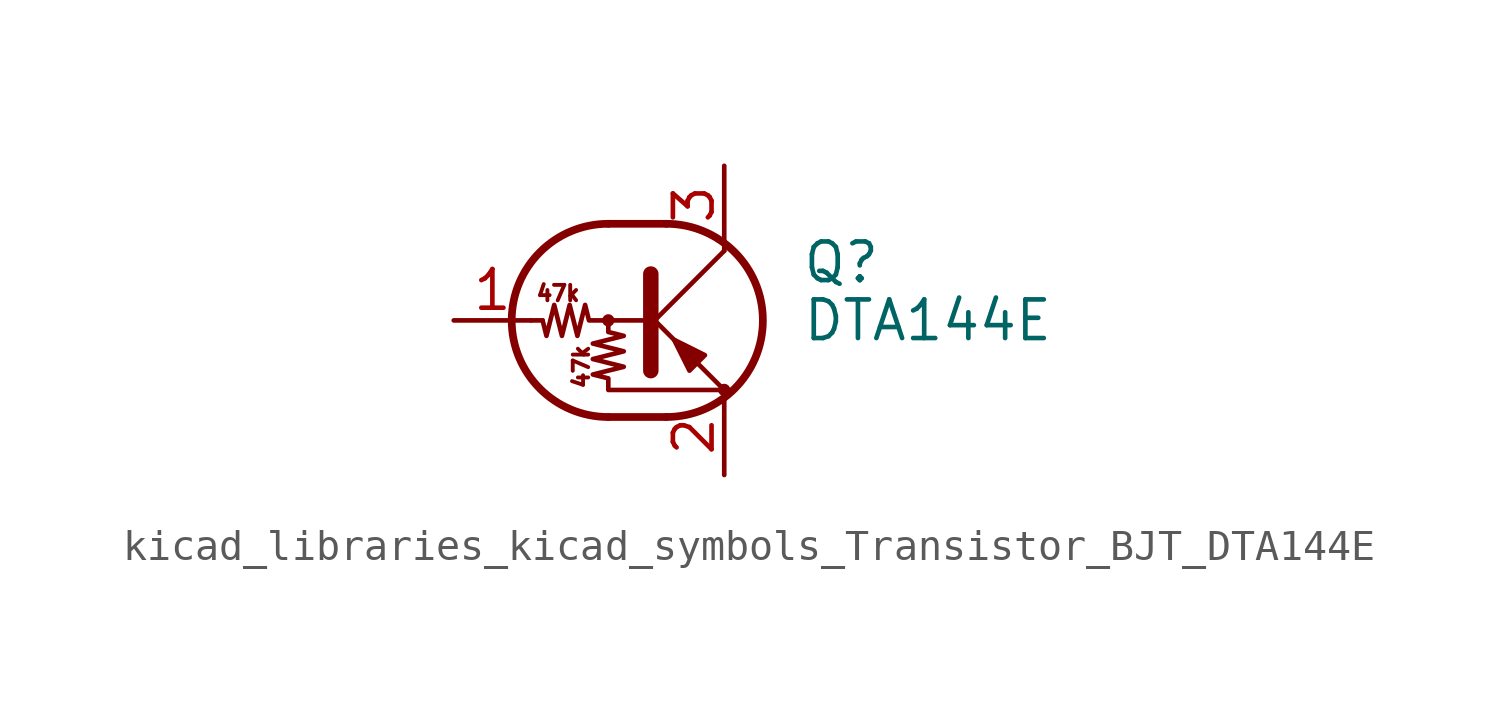
<source format=kicad_sym>
(kicad_symbol_lib
  (version 20220914)
  (generator kicad_symbol_editor)
  (symbol "kicad_libraries_kicad_symbols_Transistor_BJT_DTA144E"
    (pin_names
      (offset 0) hide)
    (property "Reference" "Q"
      (at 5.08 1.905 0)
      (effects (font (size 1.27 1.27)) (justify left)))
    (property "Value" "DTA144E"
      (at 5.08 0 0)
      (effects (font (size 1.27 1.27)) (justify left)))
    (symbol "kicad_libraries_kicad_symbols_Transistor_BJT_DTA144E_0_0"
      (text "47k" (at -2.921 0.889 0) (effects (font (size 0.508 0.508))))
      (text "47k" (at -2.159 -1.524 900) (effects (font (size 0.508 0.508)))))
    (symbol "kicad_libraries_kicad_symbols_Transistor_BJT_DTA144E_0_1"
      (circle (center -1.27 0) (radius 0.127) (stroke (width 0) (type default)) (fill (type none)))
      (arc (start -1.27 3.175) (mid -4.4312 0) (end -1.27 -3.175) (stroke (width 0.254) (type default)) (fill (type none)))
      (polyline (pts (xy -3.429 0) (xy -3.81 0)) (stroke (width 0) (type default)) (fill (type none)))
      (polyline (pts (xy -1.27 -3.175) (xy 0.635 -3.175)) (stroke (width 0.254) (type default)) (fill (type none)))
      (polyline (pts (xy -1.27 3.175) (xy 0.635 3.175)) (stroke (width 0.254) (type default)) (fill (type none)))
      (polyline (pts (xy 0 -0.254) (xy 2.54 2.286)) (stroke (width 0) (type default)) (fill (type none)))
      (polyline (pts (xy 0.127 1.524) (xy 0.127 -1.651)) (stroke (width 0.508) (type default)) (fill (type outline)))
      (polyline (pts (xy 2.54 2.286) (xy 2.54 2.54)) (stroke (width 0) (type default)) (fill (type none)))
      (polyline (pts (xy 2.54 -2.286) (xy 0 0.254) (xy 0 0.254)) (stroke (width 0) (type default)) (fill (type none)))
      (polyline (pts (xy 1.397 -1.651) (xy 1.905 -1.143) (xy 0.889 -0.635) (xy 1.397 -1.651)) (stroke (width 0) (type default)) (fill (type outline)))
      (polyline (pts (xy 0 0) (xy -1.905 0) (xy -2.032 0.508) (xy -2.286 -0.508) (xy -2.54 0.508) (xy -2.794 -0.508) (xy -3.048 0.508) (xy -3.302 -0.508) (xy -3.429 0)) (stroke (width 0) (type default)) (fill (type none)))
      (polyline (pts (xy -1.27 0) (xy -1.27 -0.381) (xy -0.762 -0.508) (xy -1.778 -0.762) (xy -0.762 -1.016) (xy -1.778 -1.27) (xy -0.762 -1.524) (xy -1.778 -1.778) (xy -1.27 -1.905) (xy -1.27 -2.286) (xy 2.54 -2.286)) (stroke (width 0) (type default)) (fill (type none)))
      (arc (start 0.635 -3.175) (mid 3.7962 0) (end 0.635 3.175) (stroke (width 0.254) (type default)) (fill (type none)))
      (circle (center 2.54 -2.286) (radius 0.127) (stroke (width 0) (type default)) (fill (type none))))
    (symbol "kicad_libraries_kicad_symbols_Transistor_BJT_DTA144E_1_1"
      (pin input line (at -6.35 0 0) (length 2.54) (name "B" (effects (font (size 1.27 1.27)))) (number "1" (effects (font (size 1.27 1.27)))))
      (pin passive line (at 2.54 -5.08 90) (length 2.54) (name "E" (effects (font (size 1.27 1.27)))) (number "2" (effects (font (size 1.27 1.27)))))
      (pin passive line (at 2.54 5.08 270) (length 2.54) (name "C" (effects (font (size 1.27 1.27)))) (number "3" (effects (font (size 1.27 1.27))))))))
</source>
